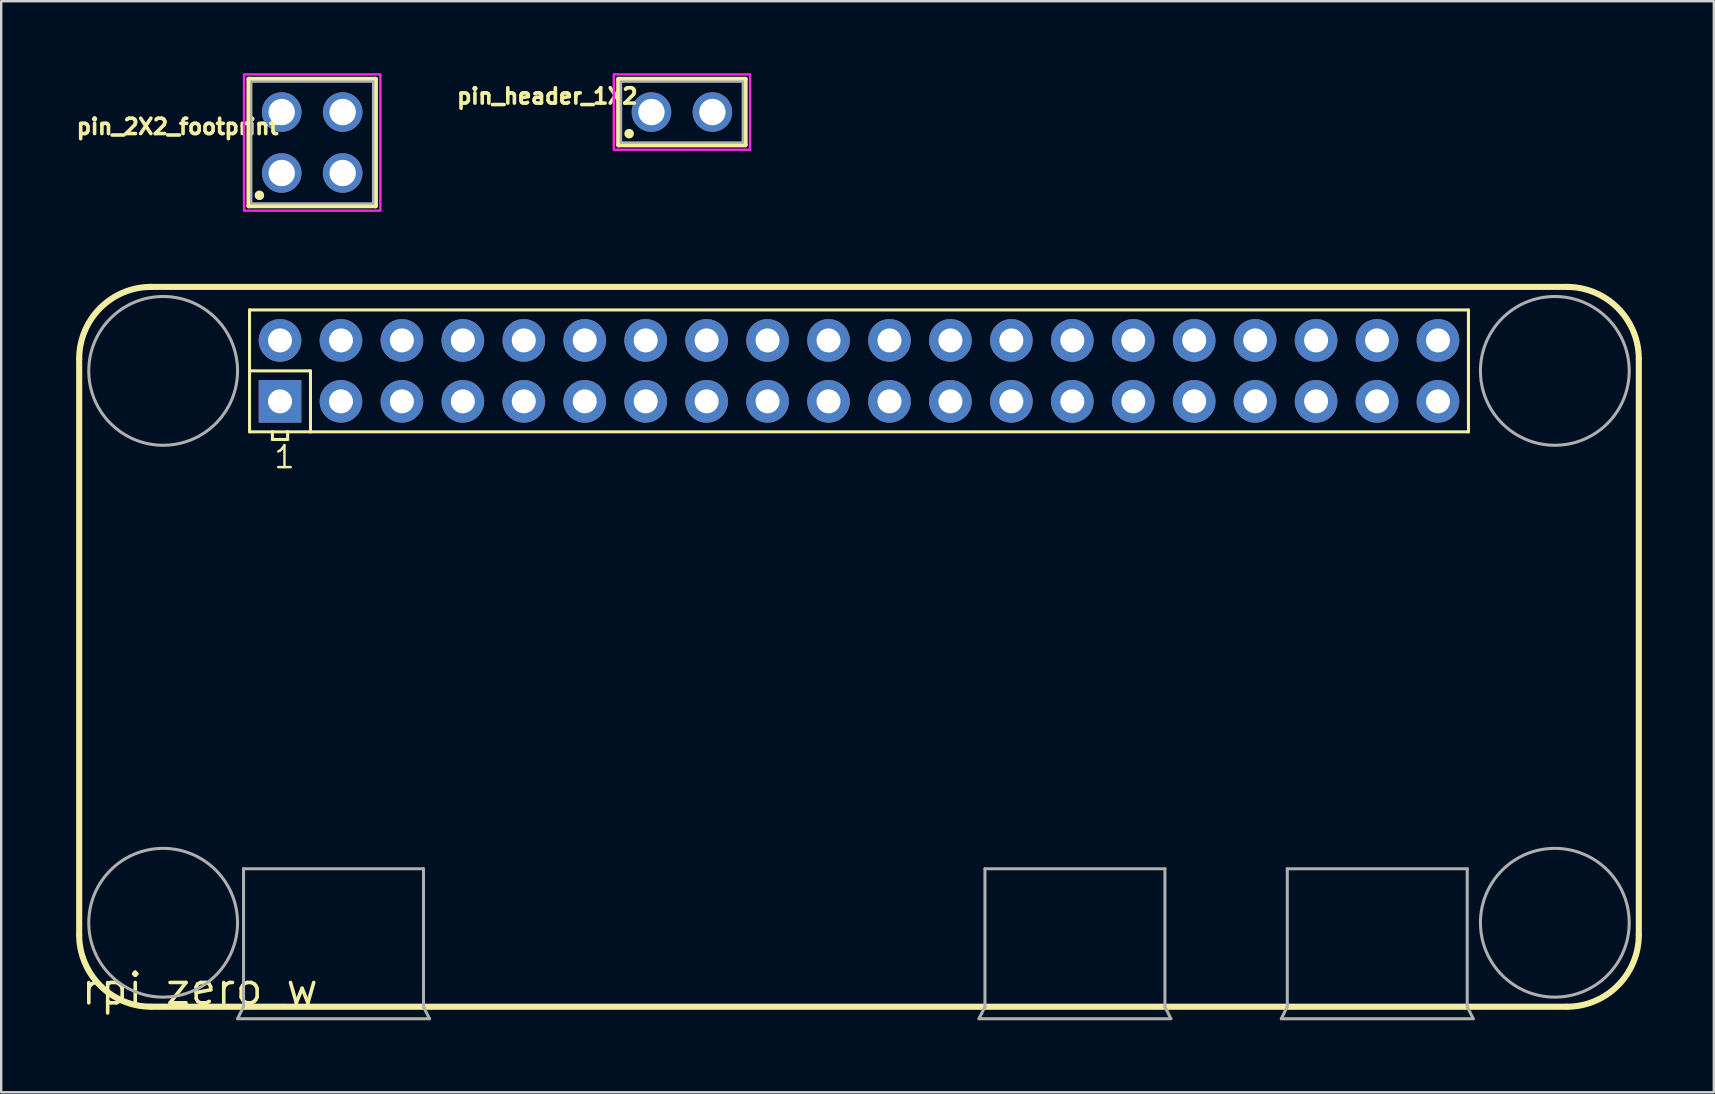
<source format=kicad_pcb>
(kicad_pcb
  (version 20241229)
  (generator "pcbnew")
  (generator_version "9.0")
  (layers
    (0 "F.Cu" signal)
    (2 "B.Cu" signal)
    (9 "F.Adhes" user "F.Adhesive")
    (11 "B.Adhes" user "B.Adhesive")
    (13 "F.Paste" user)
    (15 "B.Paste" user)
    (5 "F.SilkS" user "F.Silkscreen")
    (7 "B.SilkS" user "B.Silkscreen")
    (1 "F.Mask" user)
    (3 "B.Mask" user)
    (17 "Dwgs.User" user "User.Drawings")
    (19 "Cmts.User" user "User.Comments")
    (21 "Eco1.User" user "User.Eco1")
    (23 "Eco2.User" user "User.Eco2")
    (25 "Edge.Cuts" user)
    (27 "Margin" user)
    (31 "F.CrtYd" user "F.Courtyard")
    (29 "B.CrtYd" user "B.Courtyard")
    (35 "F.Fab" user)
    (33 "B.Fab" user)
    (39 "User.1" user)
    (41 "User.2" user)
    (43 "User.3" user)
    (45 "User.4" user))
  (footprint "pin_2X2_footprint"
    (layer "F.Cu")
    (at 9.961 2.89)
    (property "Reference" "pin_2X2_footprint" (at -5.61 -0.662 0) (layer "F.SilkS") (effects (font (size 0.64 0.64) (thickness 0.15))))
    (attr through_hole)
    (fp_line (start -2.64 -2.64) (end 2.64 -2.64) (stroke (width 0.2) (type solid)) (layer "F.SilkS"))
    (fp_line (start -2.64 2.64) (end -2.64 -2.64) (stroke (width 0.2) (type solid)) (layer "F.SilkS"))
    (fp_line (start 2.64 -2.64) (end 2.64 2.64) (stroke (width 0.2) (type solid)) (layer "F.SilkS"))
    (fp_line (start 2.64 2.64) (end -2.64 2.64) (stroke (width 0.2) (type solid)) (layer "F.SilkS"))
    (fp_circle (center -2.2 2.2) (end -2.1 2.2) (stroke (width 0.2) (type solid)) (fill no) (layer "F.SilkS"))
    (fp_poly (pts (xy -2.84 -2.84) (xy 2.84 -2.84) (xy 2.84 2.84) (xy -2.84 2.84)) (stroke (width 0.1) (type solid)) (fill no) (layer "F.CrtYd"))
    (fp_line (start -2.54 -2.54) (end 2.54 -2.54) (stroke (width 0.1) (type solid)) (layer "F.Fab"))
    (fp_line (start -2.54 2.54) (end -2.54 -2.54) (stroke (width 0.1) (type solid)) (layer "F.Fab"))
    (fp_line (start 2.54 -2.54) (end 2.54 2.54) (stroke (width 0.1) (type solid)) (layer "F.Fab"))
    (fp_line (start 2.54 2.54) (end -2.54 2.54) (stroke (width 0.1) (type solid)) (layer "F.Fab"))
    (pad "1" thru_hole circle (at -1.27 1.27) (size 1.65 1.65) (drill 1.1) (layers "*.Cu" "*.Mask"))
    (pad "2" thru_hole circle (at -1.27 -1.27) (size 1.65 1.65) (drill 1.1) (layers "*.Cu" "*.Mask"))
    (pad "3" thru_hole circle (at 1.27 1.27) (size 1.65 1.65) (drill 1.1) (layers "*.Cu" "*.Mask"))
    (pad "4" thru_hole circle (at 1.27 -1.27) (size 1.65 1.65) (drill 1.1) (layers "*.Cu" "*.Mask")))
  (footprint "pin_header_1X2"
    (layer "F.Cu")
    (at 25.37 1.62)
    (property "Reference" "pin_header_1X2" (at -5.61 -0.662 0) (layer "F.SilkS") (effects (font (size 0.64 0.64) (thickness 0.15))))
    (attr through_hole)
    (fp_line (start -2.64 -1.37) (end 2.64 -1.37) (stroke (width 0.2) (type solid)) (layer "F.SilkS"))
    (fp_line (start -2.64 1.37) (end -2.64 -1.37) (stroke (width 0.2) (type solid)) (layer "F.SilkS"))
    (fp_line (start 2.64 -1.37) (end 2.64 1.37) (stroke (width 0.2) (type solid)) (layer "F.SilkS"))
    (fp_line (start 2.64 1.37) (end -2.64 1.37) (stroke (width 0.2) (type solid)) (layer "F.SilkS"))
    (fp_circle (center -2.2 0.9) (end -2.1 0.9) (stroke (width 0.2) (type solid)) (fill no) (layer "F.SilkS"))
    (fp_poly (pts (xy -2.84 -1.57) (xy 2.84 -1.57) (xy 2.84 1.57) (xy -2.84 1.57)) (stroke (width 0.1) (type solid)) (fill no) (layer "F.CrtYd"))
    (fp_line (start -2.54 -1.27) (end -2.54 1.27) (stroke (width 0.1) (type solid)) (layer "F.Fab"))
    (fp_line (start -2.54 1.27) (end 2.54 1.27) (stroke (width 0.1) (type solid)) (layer "F.Fab"))
    (fp_line (start 2.54 -1.27) (end -2.54 -1.27) (stroke (width 0.1) (type solid)) (layer "F.Fab"))
    (fp_line (start 2.54 1.27) (end 2.54 -1.27) (stroke (width 0.1) (type solid)) (layer "F.Fab"))
    (pad "1" thru_hole circle (at -1.27 0) (size 1.65 1.65) (drill 1.1) (layers "*.Cu" "*.Mask"))
    (pad "2" thru_hole circle (at 1.27 0) (size 1.65 1.65) (drill 1.1) (layers "*.Cu" "*.Mask")))
  (footprint "rpi_zero_w"
    (layer "F.Cu")
    (at 0.25 38.907)
    (property "Reference" "rpi_zero_w" (at 0 0 0) (layer "F.SilkS") (effects (font (size 1.27 1.27) (thickness 0.15)) (justify left bottom)))
    (fp_line (start 0 -27) (end 0 -3) (stroke (width 0.254) (type solid)) (layer "F.SilkS"))
    (fp_line (start 3 0) (end 6.85 0) (stroke (width 0.254) (type solid)) (layer "F.SilkS"))
    (fp_line (start 6.85 0) (end 14.35 0) (stroke (width 0.254) (type solid)) (layer "F.SilkS"))
    (fp_line (start 7.1 -29.04) (end 7.1 -26.5) (stroke (width 0.127) (type solid)) (layer "F.SilkS"))
    (fp_line (start 7.1 -26.5) (end 7.1 -23.96) (stroke (width 0.127) (type solid)) (layer "F.SilkS"))
    (fp_line (start 7.1 -26.5) (end 9.64 -26.5) (stroke (width 0.127) (type solid)) (layer "F.SilkS"))
    (fp_line (start 7.1 -23.96) (end 8.053 -23.96) (stroke (width 0.127) (type solid)) (layer "F.SilkS"))
    (fp_line (start 8.053 -23.96) (end 8.053 -23.642) (stroke (width 0.127) (type solid)) (layer "F.SilkS"))
    (fp_line (start 8.053 -23.96) (end 8.688 -23.96) (stroke (width 0.127) (type solid)) (layer "F.SilkS"))
    (fp_line (start 8.053 -23.642) (end 8.688 -23.642) (stroke (width 0.127) (type solid)) (layer "F.SilkS"))
    (fp_line (start 8.688 -23.96) (end 9.64 -23.96) (stroke (width 0.127) (type solid)) (layer "F.SilkS"))
    (fp_line (start 8.688 -23.642) (end 8.688 -23.96) (stroke (width 0.127) (type solid)) (layer "F.SilkS"))
    (fp_line (start 9.64 -26.5) (end 9.64 -23.96) (stroke (width 0.127) (type solid)) (layer "F.SilkS"))
    (fp_line (start 9.64 -23.96) (end 57.9 -23.96) (stroke (width 0.127) (type solid)) (layer "F.SilkS"))
    (fp_line (start 14.35 0) (end 62 0) (stroke (width 0.254) (type solid)) (layer "F.SilkS"))
    (fp_line (start 57.9 -29.04) (end 7.1 -29.04) (stroke (width 0.127) (type solid)) (layer "F.SilkS"))
    (fp_line (start 57.9 -23.96) (end 57.9 -29.04) (stroke (width 0.127) (type solid)) (layer "F.SilkS"))
    (fp_line (start 62 -30) (end 3 -30) (stroke (width 0.254) (type solid)) (layer "F.SilkS"))
    (fp_line (start 65 -3) (end 65 -27) (stroke (width 0.254) (type solid)) (layer "F.SilkS"))
    (fp_arc (start 0 -27) (mid 0.87868 -29.12132) (end 3 -30) (stroke (width 0.254) (type solid)) (layer "F.SilkS"))
    (fp_arc (start 3 0) (mid 0.87868 -0.87868) (end 0 -3) (stroke (width 0.254) (type solid)) (layer "F.SilkS"))
    (fp_arc (start 62 -30) (mid 64.12132 -29.12132) (end 65 -27) (stroke (width 0.254) (type solid)) (layer "F.SilkS"))
    (fp_arc (start 65 -3) (mid 64.12132 -0.87868) (end 62 0) (stroke (width 0.254) (type solid)) (layer "F.SilkS"))
    (fp_line (start 6.6 0.5) (end 14.6 0.5) (stroke (width 0.127) (type solid)) (layer "F.Fab"))
    (fp_line (start 6.85 -5.75) (end 14.35 -5.75) (stroke (width 0.127) (type solid)) (layer "F.Fab"))
    (fp_line (start 6.85 0) (end 6.6 0.5) (stroke (width 0.127) (type solid)) (layer "F.Fab"))
    (fp_line (start 6.85 0) (end 6.85 -5.75) (stroke (width 0.127) (type solid)) (layer "F.Fab"))
    (fp_line (start 14.35 -5.75) (end 14.35 0) (stroke (width 0.127) (type solid)) (layer "F.Fab"))
    (fp_line (start 14.6 0.5) (end 14.35 0) (stroke (width 0.127) (type solid)) (layer "F.Fab"))
    (fp_line (start 37.5 0.5) (end 45.5 0.5) (stroke (width 0.127) (type solid)) (layer "F.Fab"))
    (fp_line (start 37.75 -5.75) (end 45.25 -5.75) (stroke (width 0.127) (type solid)) (layer "F.Fab"))
    (fp_line (start 37.75 0) (end 37.5 0.5) (stroke (width 0.127) (type solid)) (layer "F.Fab"))
    (fp_line (start 37.75 0) (end 37.75 -5.75) (stroke (width 0.127) (type solid)) (layer "F.Fab"))
    (fp_line (start 45.25 -5.75) (end 45.25 0) (stroke (width 0.127) (type solid)) (layer "F.Fab"))
    (fp_line (start 45.5 0.5) (end 45.25 0) (stroke (width 0.127) (type solid)) (layer "F.Fab"))
    (fp_line (start 50.1 0.5) (end 58.1 0.5) (stroke (width 0.127) (type solid)) (layer "F.Fab"))
    (fp_line (start 50.35 -5.75) (end 57.85 -5.75) (stroke (width 0.127) (type solid)) (layer "F.Fab"))
    (fp_line (start 50.35 0) (end 50.1 0.5) (stroke (width 0.127) (type solid)) (layer "F.Fab"))
    (fp_line (start 50.35 0) (end 50.35 -5.75) (stroke (width 0.127) (type solid)) (layer "F.Fab"))
    (fp_line (start 57.85 -5.75) (end 57.85 0) (stroke (width 0.127) (type solid)) (layer "F.Fab"))
    (fp_line (start 58.1 0.5) (end 57.85 0) (stroke (width 0.127) (type solid)) (layer "F.Fab"))
    (fp_circle (center 3.5 -26.5) (end 6.6 -26.5) (stroke (width 0.127) (type solid)) (fill no) (layer "F.Fab"))
    (fp_circle (center 3.5 -3.5) (end 6.6 -3.5) (stroke (width 0.127) (type solid)) (fill no) (layer "F.Fab"))
    (fp_circle (center 61.5 -26.5) (end 64.6 -26.5) (stroke (width 0.127) (type solid)) (fill no) (layer "F.Fab"))
    (fp_circle (center 61.5 -3.5) (end 64.6 -3.5) (stroke (width 0.127) (type solid)) (fill no) (layer "F.Fab"))
    (fp_text user "1" (at 8.053 -22.372 0) (unlocked yes) (layer "F.SilkS") (effects (font (size 0.914 0.914) (thickness 0.102)) (justify left bottom)))
    (pad "1" thru_hole rect (at 8.37 -25.23) (size 1.778 1.778) (drill 1) (layers "*.Cu" "*.Mask"))
    (pad "2" thru_hole circle (at 8.37 -27.77) (size 1.778 1.778) (drill 1) (layers "*.Cu" "*.Mask"))
    (pad "3" thru_hole circle (at 10.91 -25.23) (size 1.778 1.778) (drill 1) (layers "*.Cu" "*.Mask"))
    (pad "4" thru_hole circle (at 10.91 -27.77) (size 1.778 1.778) (drill 1) (layers "*.Cu" "*.Mask"))
    (pad "5" thru_hole circle (at 13.45 -25.23) (size 1.778 1.778) (drill 1) (layers "*.Cu" "*.Mask"))
    (pad "6" thru_hole circle (at 13.45 -27.77) (size 1.778 1.778) (drill 1) (layers "*.Cu" "*.Mask"))
    (pad "7" thru_hole circle (at 15.99 -25.23) (size 1.778 1.778) (drill 1) (layers "*.Cu" "*.Mask"))
    (pad "8" thru_hole circle (at 15.99 -27.77) (size 1.778 1.778) (drill 1) (layers "*.Cu" "*.Mask"))
    (pad "9" thru_hole circle (at 18.53 -25.23) (size 1.778 1.778) (drill 1) (layers "*.Cu" "*.Mask"))
    (pad "10" thru_hole circle (at 18.53 -27.77) (size 1.778 1.778) (drill 1) (layers "*.Cu" "*.Mask"))
    (pad "11" thru_hole circle (at 21.07 -25.23) (size 1.778 1.778) (drill 1) (layers "*.Cu" "*.Mask"))
    (pad "12" thru_hole circle (at 21.07 -27.77) (size 1.778 1.778) (drill 1) (layers "*.Cu" "*.Mask"))
    (pad "13" thru_hole circle (at 23.61 -25.23) (size 1.778 1.778) (drill 1) (layers "*.Cu" "*.Mask"))
    (pad "14" thru_hole circle (at 23.61 -27.77) (size 1.778 1.778) (drill 1) (layers "*.Cu" "*.Mask"))
    (pad "15" thru_hole circle (at 26.15 -25.23) (size 1.778 1.778) (drill 1) (layers "*.Cu" "*.Mask"))
    (pad "16" thru_hole circle (at 26.15 -27.77) (size 1.778 1.778) (drill 1) (layers "*.Cu" "*.Mask"))
    (pad "17" thru_hole circle (at 28.69 -25.23) (size 1.778 1.778) (drill 1) (layers "*.Cu" "*.Mask"))
    (pad "18" thru_hole circle (at 28.69 -27.77) (size 1.778 1.778) (drill 1) (layers "*.Cu" "*.Mask"))
    (pad "19" thru_hole circle (at 31.23 -25.23) (size 1.778 1.778) (drill 1) (layers "*.Cu" "*.Mask"))
    (pad "20" thru_hole circle (at 31.23 -27.77) (size 1.778 1.778) (drill 1) (layers "*.Cu" "*.Mask"))
    (pad "21" thru_hole circle (at 33.77 -25.23) (size 1.778 1.778) (drill 1) (layers "*.Cu" "*.Mask"))
    (pad "22" thru_hole circle (at 33.77 -27.77) (size 1.778 1.778) (drill 1) (layers "*.Cu" "*.Mask"))
    (pad "23" thru_hole circle (at 36.31 -25.23) (size 1.778 1.778) (drill 1) (layers "*.Cu" "*.Mask"))
    (pad "24" thru_hole circle (at 36.31 -27.77) (size 1.778 1.778) (drill 1) (layers "*.Cu" "*.Mask"))
    (pad "25" thru_hole circle (at 38.85 -25.23) (size 1.778 1.778) (drill 1) (layers "*.Cu" "*.Mask"))
    (pad "26" thru_hole circle (at 38.85 -27.77) (size 1.778 1.778) (drill 1) (layers "*.Cu" "*.Mask"))
    (pad "27" thru_hole circle (at 41.39 -25.23) (size 1.778 1.778) (drill 1) (layers "*.Cu" "*.Mask"))
    (pad "28" thru_hole circle (at 41.39 -27.77) (size 1.778 1.778) (drill 1) (layers "*.Cu" "*.Mask"))
    (pad "29" thru_hole circle (at 43.93 -25.23) (size 1.778 1.778) (drill 1) (layers "*.Cu" "*.Mask"))
    (pad "30" thru_hole circle (at 43.93 -27.77) (size 1.778 1.778) (drill 1) (layers "*.Cu" "*.Mask"))
    (pad "31" thru_hole circle (at 46.47 -25.23) (size 1.778 1.778) (drill 1) (layers "*.Cu" "*.Mask"))
    (pad "32" thru_hole circle (at 46.47 -27.77) (size 1.778 1.778) (drill 1) (layers "*.Cu" "*.Mask"))
    (pad "33" thru_hole circle (at 49.01 -25.23) (size 1.778 1.778) (drill 1) (layers "*.Cu" "*.Mask"))
    (pad "34" thru_hole circle (at 49.01 -27.77) (size 1.778 1.778) (drill 1) (layers "*.Cu" "*.Mask"))
    (pad "35" thru_hole circle (at 51.55 -25.23) (size 1.778 1.778) (drill 1) (layers "*.Cu" "*.Mask"))
    (pad "36" thru_hole circle (at 51.55 -27.77) (size 1.778 1.778) (drill 1) (layers "*.Cu" "*.Mask"))
    (pad "37" thru_hole circle (at 54.09 -25.23) (size 1.778 1.778) (drill 1) (layers "*.Cu" "*.Mask"))
    (pad "38" thru_hole circle (at 54.09 -27.77) (size 1.778 1.778) (drill 1) (layers "*.Cu" "*.Mask"))
    (pad "39" thru_hole circle (at 56.63 -25.23) (size 1.778 1.778) (drill 1) (layers "*.Cu" "*.Mask"))
    (pad "40" thru_hole circle (at 56.63 -27.77) (size 1.778 1.778) (drill 1) (layers "*.Cu" "*.Mask")))
  (gr_rect
    (start -3 -3)
    (end 68.377 42.471)
    (stroke (width 0.1) (type default))
    (fill no)
    (layer "Edge.Cuts")))
</source>
